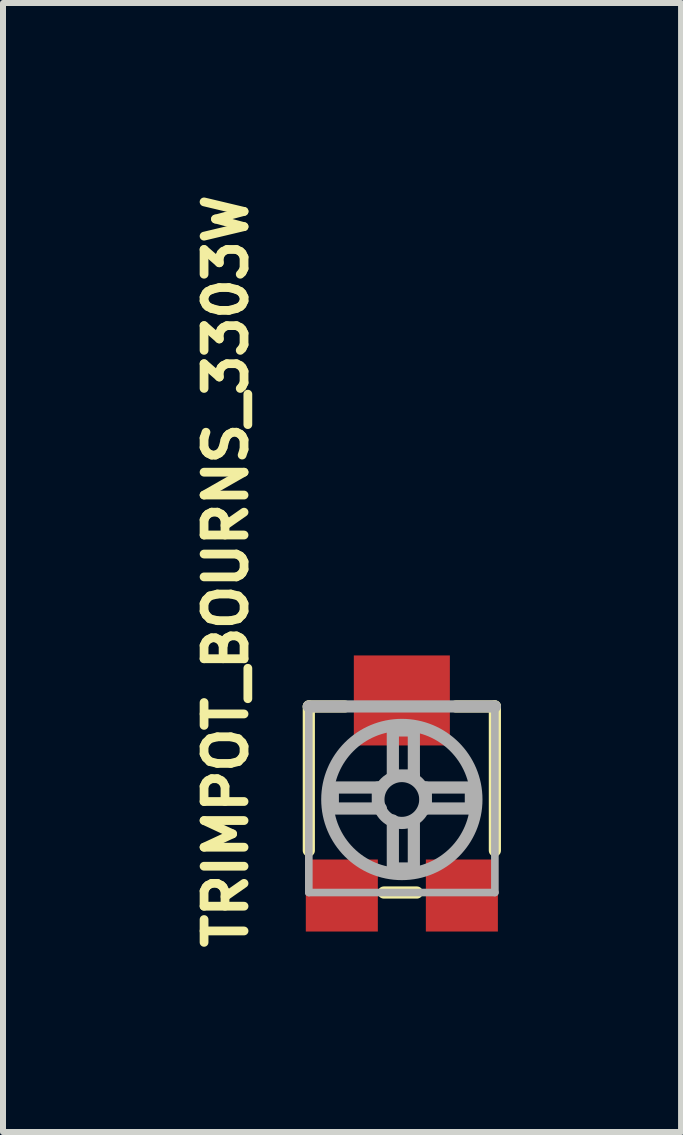
<source format=kicad_pcb>
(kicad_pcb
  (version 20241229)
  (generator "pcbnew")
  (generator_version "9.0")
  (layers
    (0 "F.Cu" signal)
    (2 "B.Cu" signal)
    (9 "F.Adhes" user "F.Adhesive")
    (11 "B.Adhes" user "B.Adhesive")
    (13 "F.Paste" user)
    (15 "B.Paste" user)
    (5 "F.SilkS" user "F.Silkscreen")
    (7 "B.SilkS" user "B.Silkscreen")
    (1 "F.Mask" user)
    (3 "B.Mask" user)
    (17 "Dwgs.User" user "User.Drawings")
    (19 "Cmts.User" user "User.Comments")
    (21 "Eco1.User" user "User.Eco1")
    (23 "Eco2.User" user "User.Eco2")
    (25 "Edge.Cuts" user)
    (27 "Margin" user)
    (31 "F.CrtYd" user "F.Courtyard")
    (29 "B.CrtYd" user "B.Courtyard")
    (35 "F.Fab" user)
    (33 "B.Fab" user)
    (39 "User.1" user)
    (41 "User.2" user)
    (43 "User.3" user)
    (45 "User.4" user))
  (footprint "TRIMPOT_BOURNS_3303W"
    (layer "F.Cu")
    (at 3.645 10.27)
    (property "Reference" "TRIMPOT_BOURNS_3303W" (at -2.54 2.54 90) (unlocked yes) (layer "F.SilkS") (effects (font (size 0.666 0.666) (thickness 0.146)) (justify left bottom)))
    (fp_line (start -1.55 -1.55) (end -0.95 -1.55) (stroke (width 0.203) (type solid)) (layer "F.SilkS"))
    (fp_line (start -1.55 0.85) (end -1.55 -1.55) (stroke (width 0.203) (type solid)) (layer "F.SilkS"))
    (fp_line (start -0.3 1.55) (end 0.25 1.55) (stroke (width 0.203) (type solid)) (layer "F.SilkS"))
    (fp_line (start 0.9 -1.55) (end 1.55 -1.55) (stroke (width 0.203) (type solid)) (layer "F.SilkS"))
    (fp_line (start 1.55 -1.55) (end 1.55 0.85) (stroke (width 0.203) (type solid)) (layer "F.SilkS"))
    (fp_line (start -1.55 -1.55) (end 1.55 -1.55) (stroke (width 0.203) (type solid)) (layer "F.Fab"))
    (fp_line (start -1.55 1.55) (end -1.55 -1.55) (stroke (width 0.127) (type solid)) (layer "F.Fab"))
    (fp_line (start -1.15 -0.2) (end -0.4 -0.2) (stroke (width 0.203) (type solid)) (layer "F.Fab"))
    (fp_line (start -1.15 0.15) (end -1.15 -0.2) (stroke (width 0.203) (type solid)) (layer "F.Fab"))
    (fp_line (start -0.4 -0.2) (end -0.4 0.1) (stroke (width 0.203) (type solid)) (layer "F.Fab"))
    (fp_line (start -0.35 0.15) (end -1.15 0.15) (stroke (width 0.203) (type solid)) (layer "F.Fab"))
    (fp_line (start -0.15 -1.15) (end 0.2 -1.15) (stroke (width 0.203) (type solid)) (layer "F.Fab"))
    (fp_line (start -0.15 -0.4) (end -0.15 -1.15) (stroke (width 0.203) (type solid)) (layer "F.Fab"))
    (fp_line (start -0.15 0.35) (end -0.15 1.15) (stroke (width 0.203) (type solid)) (layer "F.Fab"))
    (fp_line (start -0.15 1.15) (end 0.2 1.15) (stroke (width 0.203) (type solid)) (layer "F.Fab"))
    (fp_line (start 0.2 -1.15) (end 0.2 -0.4) (stroke (width 0.203) (type solid)) (layer "F.Fab"))
    (fp_line (start 0.2 -0.4) (end -0.15 -0.4) (stroke (width 0.203) (type solid)) (layer "F.Fab"))
    (fp_line (start 0.2 1.15) (end 0.2 0.35) (stroke (width 0.203) (type solid)) (layer "F.Fab"))
    (fp_line (start 0.4 -0.2) (end 1.15 -0.2) (stroke (width 0.203) (type solid)) (layer "F.Fab"))
    (fp_line (start 0.4 0.15) (end 0.4 -0.2) (stroke (width 0.203) (type solid)) (layer "F.Fab"))
    (fp_line (start 1.15 -0.2) (end 1.15 0.15) (stroke (width 0.203) (type solid)) (layer "F.Fab"))
    (fp_line (start 1.15 0.15) (end 0.4 0.15) (stroke (width 0.203) (type solid)) (layer "F.Fab"))
    (fp_line (start 1.55 -1.55) (end 1.55 1.55) (stroke (width 0.127) (type solid)) (layer "F.Fab"))
    (fp_line (start 1.55 1.55) (end -1.55 1.55) (stroke (width 0.127) (type solid)) (layer "F.Fab"))
    (fp_circle (center 0 0) (end 0.391 0) (stroke (width 0.203) (type solid)) (fill no) (layer "F.Fab"))
    (fp_circle (center 0 0) (end 1.242 0) (stroke (width 0.203) (type solid)) (fill no) (layer "F.Fab"))
    (pad "1" smd rect (at -1 1.6 90) (size 1.2 1.2) (layers "F.Cu" "F.Mask" "F.Paste"))
    (pad "2" smd rect (at 0 -1.65) (size 1.6 1.5) (layers "F.Cu" "F.Mask" "F.Paste"))
    (pad "3" smd rect (at 1 1.6 90) (size 1.2 1.2) (layers "F.Cu" "F.Mask" "F.Paste")))
  (gr_rect
    (start -3 -3)
    (end 8.297 15.81)
    (stroke (width 0.1) (type default))
    (fill no)
    (layer "Edge.Cuts")))
</source>
